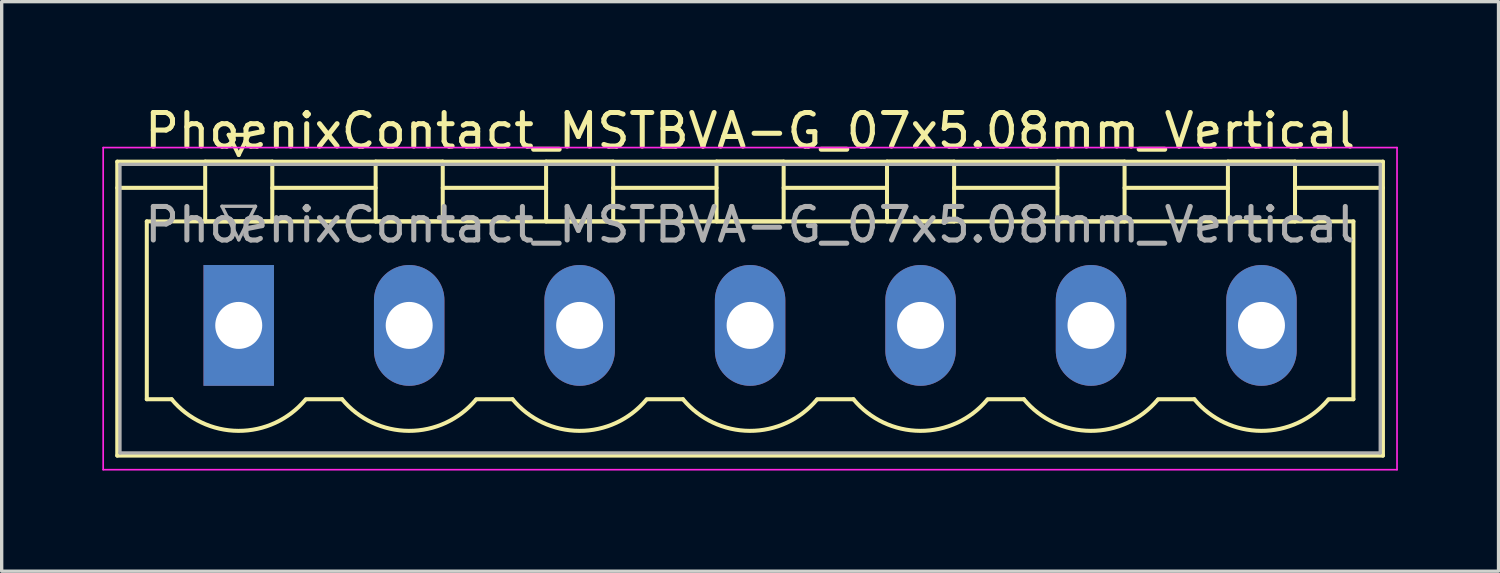
<source format=kicad_pcb>
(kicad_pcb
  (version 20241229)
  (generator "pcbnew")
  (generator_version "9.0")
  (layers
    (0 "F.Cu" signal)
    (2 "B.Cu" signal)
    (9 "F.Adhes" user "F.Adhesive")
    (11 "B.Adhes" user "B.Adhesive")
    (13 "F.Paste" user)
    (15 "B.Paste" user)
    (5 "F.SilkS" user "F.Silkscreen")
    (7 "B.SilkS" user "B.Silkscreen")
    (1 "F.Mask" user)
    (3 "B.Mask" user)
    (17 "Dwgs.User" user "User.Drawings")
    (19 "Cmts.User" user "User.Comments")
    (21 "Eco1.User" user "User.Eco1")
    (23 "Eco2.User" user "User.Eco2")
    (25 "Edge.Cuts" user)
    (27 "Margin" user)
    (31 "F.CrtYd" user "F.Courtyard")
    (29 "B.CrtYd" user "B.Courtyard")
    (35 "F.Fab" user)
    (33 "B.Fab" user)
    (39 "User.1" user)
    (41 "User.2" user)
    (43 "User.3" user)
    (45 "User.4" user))
  (footprint "PhoenixContact_MSTBVA-G_07x5.08mm_Vertical"
    (layer "F.Cu")
    (at 4.065 6.648)
    (property "Reference" "PhoenixContact_MSTBVA-G_07x5.08mm_Vertical" (at 15.24 -5.8 0) (layer "F.SilkS") (effects (font (size 1 1) (thickness 0.15))))
    (attr through_hole)
    (fp_line (start -3.62 -4.88) (end -3.62 3.88) (stroke (width 0.12) (type solid)) (layer "F.SilkS"))
    (fp_line (start -3.62 -4.1) (end -1.08 -4.1) (stroke (width 0.12) (type solid)) (layer "F.SilkS"))
    (fp_line (start -3.62 3.88) (end 34.1 3.88) (stroke (width 0.12) (type solid)) (layer "F.SilkS"))
    (fp_line (start -2.74 -3.1) (end 33.22 -3.1) (stroke (width 0.12) (type solid)) (layer "F.SilkS"))
    (fp_line (start -2.74 2.2) (end -2.74 -3.1) (stroke (width 0.12) (type solid)) (layer "F.SilkS"))
    (fp_line (start -2 2.2) (end -2.74 2.2) (stroke (width 0.12) (type solid)) (layer "F.SilkS"))
    (fp_line (start -1 -4.88) (end 1 -4.88) (stroke (width 0.12) (type solid)) (layer "F.SilkS"))
    (fp_line (start -1 -3.1) (end -1 -4.88) (stroke (width 0.12) (type solid)) (layer "F.SilkS"))
    (fp_line (start -0.3 -5.68) (end 0.3 -5.68) (stroke (width 0.12) (type solid)) (layer "F.SilkS"))
    (fp_line (start 0 -5.08) (end -0.3 -5.68) (stroke (width 0.12) (type solid)) (layer "F.SilkS"))
    (fp_line (start 0.3 -5.68) (end 0 -5.08) (stroke (width 0.12) (type solid)) (layer "F.SilkS"))
    (fp_line (start 1 -4.88) (end 1 -3.1) (stroke (width 0.12) (type solid)) (layer "F.SilkS"))
    (fp_line (start 1 -4.1) (end 4.08 -4.1) (stroke (width 0.12) (type solid)) (layer "F.SilkS"))
    (fp_line (start 1 -3.1) (end -1 -3.1) (stroke (width 0.12) (type solid)) (layer "F.SilkS"))
    (fp_line (start 2 2.2) (end 3.08 2.2) (stroke (width 0.12) (type solid)) (layer "F.SilkS"))
    (fp_line (start 4.08 -4.88) (end 6.08 -4.88) (stroke (width 0.12) (type solid)) (layer "F.SilkS"))
    (fp_line (start 4.08 -3.1) (end 4.08 -4.88) (stroke (width 0.12) (type solid)) (layer "F.SilkS"))
    (fp_line (start 6.08 -4.88) (end 6.08 -3.1) (stroke (width 0.12) (type solid)) (layer "F.SilkS"))
    (fp_line (start 6.08 -4.1) (end 9.16 -4.1) (stroke (width 0.12) (type solid)) (layer "F.SilkS"))
    (fp_line (start 6.08 -3.1) (end 4.08 -3.1) (stroke (width 0.12) (type solid)) (layer "F.SilkS"))
    (fp_line (start 7.08 2.2) (end 8.16 2.2) (stroke (width 0.12) (type solid)) (layer "F.SilkS"))
    (fp_line (start 9.16 -4.88) (end 11.16 -4.88) (stroke (width 0.12) (type solid)) (layer "F.SilkS"))
    (fp_line (start 9.16 -3.1) (end 9.16 -4.88) (stroke (width 0.12) (type solid)) (layer "F.SilkS"))
    (fp_line (start 11.16 -4.88) (end 11.16 -3.1) (stroke (width 0.12) (type solid)) (layer "F.SilkS"))
    (fp_line (start 11.16 -4.1) (end 14.24 -4.1) (stroke (width 0.12) (type solid)) (layer "F.SilkS"))
    (fp_line (start 11.16 -3.1) (end 9.16 -3.1) (stroke (width 0.12) (type solid)) (layer "F.SilkS"))
    (fp_line (start 12.16 2.2) (end 13.24 2.2) (stroke (width 0.12) (type solid)) (layer "F.SilkS"))
    (fp_line (start 14.24 -4.88) (end 16.24 -4.88) (stroke (width 0.12) (type solid)) (layer "F.SilkS"))
    (fp_line (start 14.24 -3.1) (end 14.24 -4.88) (stroke (width 0.12) (type solid)) (layer "F.SilkS"))
    (fp_line (start 16.24 -4.88) (end 16.24 -3.1) (stroke (width 0.12) (type solid)) (layer "F.SilkS"))
    (fp_line (start 16.24 -4.1) (end 19.32 -4.1) (stroke (width 0.12) (type solid)) (layer "F.SilkS"))
    (fp_line (start 16.24 -3.1) (end 14.24 -3.1) (stroke (width 0.12) (type solid)) (layer "F.SilkS"))
    (fp_line (start 17.24 2.2) (end 18.32 2.2) (stroke (width 0.12) (type solid)) (layer "F.SilkS"))
    (fp_line (start 19.32 -4.88) (end 21.32 -4.88) (stroke (width 0.12) (type solid)) (layer "F.SilkS"))
    (fp_line (start 19.32 -3.1) (end 19.32 -4.88) (stroke (width 0.12) (type solid)) (layer "F.SilkS"))
    (fp_line (start 21.32 -4.88) (end 21.32 -3.1) (stroke (width 0.12) (type solid)) (layer "F.SilkS"))
    (fp_line (start 21.32 -4.1) (end 24.4 -4.1) (stroke (width 0.12) (type solid)) (layer "F.SilkS"))
    (fp_line (start 21.32 -3.1) (end 19.32 -3.1) (stroke (width 0.12) (type solid)) (layer "F.SilkS"))
    (fp_line (start 22.32 2.2) (end 23.4 2.2) (stroke (width 0.12) (type solid)) (layer "F.SilkS"))
    (fp_line (start 24.4 -4.88) (end 26.4 -4.88) (stroke (width 0.12) (type solid)) (layer "F.SilkS"))
    (fp_line (start 24.4 -3.1) (end 24.4 -4.88) (stroke (width 0.12) (type solid)) (layer "F.SilkS"))
    (fp_line (start 26.4 -4.88) (end 26.4 -3.1) (stroke (width 0.12) (type solid)) (layer "F.SilkS"))
    (fp_line (start 26.4 -4.1) (end 29.48 -4.1) (stroke (width 0.12) (type solid)) (layer "F.SilkS"))
    (fp_line (start 26.4 -3.1) (end 24.4 -3.1) (stroke (width 0.12) (type solid)) (layer "F.SilkS"))
    (fp_line (start 27.4 2.2) (end 28.48 2.2) (stroke (width 0.12) (type solid)) (layer "F.SilkS"))
    (fp_line (start 29.48 -4.88) (end 31.48 -4.88) (stroke (width 0.12) (type solid)) (layer "F.SilkS"))
    (fp_line (start 29.48 -3.1) (end 29.48 -4.88) (stroke (width 0.12) (type solid)) (layer "F.SilkS"))
    (fp_line (start 31.48 -4.88) (end 31.48 -3.1) (stroke (width 0.12) (type solid)) (layer "F.SilkS"))
    (fp_line (start 31.48 -3.1) (end 29.48 -3.1) (stroke (width 0.12) (type solid)) (layer "F.SilkS"))
    (fp_line (start 33.22 -3.1) (end 33.22 2.2) (stroke (width 0.12) (type solid)) (layer "F.SilkS"))
    (fp_line (start 33.22 2.2) (end 32.48 2.2) (stroke (width 0.12) (type solid)) (layer "F.SilkS"))
    (fp_line (start 34.1 -4.88) (end -3.62 -4.88) (stroke (width 0.12) (type solid)) (layer "F.SilkS"))
    (fp_line (start 34.1 -4.1) (end 31.56 -4.1) (stroke (width 0.12) (type solid)) (layer "F.SilkS"))
    (fp_line (start 34.1 3.88) (end 34.1 -4.88) (stroke (width 0.12) (type solid)) (layer "F.SilkS"))
    (fp_arc (start 1.986842 2.215821) (mid -0.010289 3.142758) (end -2 2.2) (stroke (width 0.12) (type solid)) (layer "F.SilkS"))
    (fp_arc (start 7.066842 2.215821) (mid 5.069711 3.142758) (end 3.08 2.2) (stroke (width 0.12) (type solid)) (layer "F.SilkS"))
    (fp_arc (start 12.146842 2.215821) (mid 10.149711 3.142758) (end 8.16 2.2) (stroke (width 0.12) (type solid)) (layer "F.SilkS"))
    (fp_arc (start 17.226842 2.215821) (mid 15.229711 3.142758) (end 13.24 2.2) (stroke (width 0.12) (type solid)) (layer "F.SilkS"))
    (fp_arc (start 22.306842 2.215821) (mid 20.309711 3.142758) (end 18.32 2.2) (stroke (width 0.12) (type solid)) (layer "F.SilkS"))
    (fp_arc (start 27.386842 2.215821) (mid 25.389711 3.142758) (end 23.4 2.2) (stroke (width 0.12) (type solid)) (layer "F.SilkS"))
    (fp_arc (start 32.466842 2.215821) (mid 30.469711 3.142758) (end 28.48 2.2) (stroke (width 0.12) (type solid)) (layer "F.SilkS"))
    (fp_line (start -4.04 -5.3) (end -4.04 4.3) (stroke (width 0.05) (type solid)) (layer "F.CrtYd"))
    (fp_line (start -4.04 4.3) (end 34.52 4.3) (stroke (width 0.05) (type solid)) (layer "F.CrtYd"))
    (fp_line (start 34.52 -5.3) (end -4.04 -5.3) (stroke (width 0.05) (type solid)) (layer "F.CrtYd"))
    (fp_line (start 34.52 4.3) (end 34.52 -5.3) (stroke (width 0.05) (type solid)) (layer "F.CrtYd"))
    (fp_line (start -3.54 -4.8) (end -3.54 3.8) (stroke (width 0.1) (type solid)) (layer "F.Fab"))
    (fp_line (start -3.54 3.8) (end 34.02 3.8) (stroke (width 0.1) (type solid)) (layer "F.Fab"))
    (fp_line (start -0.5 -3.55) (end 0.5 -3.55) (stroke (width 0.1) (type solid)) (layer "F.Fab"))
    (fp_line (start 0 -2.55) (end -0.5 -3.55) (stroke (width 0.1) (type solid)) (layer "F.Fab"))
    (fp_line (start 0.5 -3.55) (end 0 -2.55) (stroke (width 0.1) (type solid)) (layer "F.Fab"))
    (fp_line (start 34.02 -4.8) (end -3.54 -4.8) (stroke (width 0.1) (type solid)) (layer "F.Fab"))
    (fp_line (start 34.02 3.8) (end 34.02 -4.8) (stroke (width 0.1) (type solid)) (layer "F.Fab"))
    (fp_text user "${REFERENCE}" (at 15.24 -3 0) (layer "F.Fab") (effects (font (size 1 1) (thickness 0.15))))
    (pad "1" thru_hole rect (at 0 0) (size 2.1 3.6) (drill 1.4) (layers "*.Cu" "*.Mask"))
    (pad "2" thru_hole oval (at 5.08 0) (size 2.1 3.6) (drill 1.4) (layers "*.Cu" "*.Mask"))
    (pad "3" thru_hole oval (at 10.16 0) (size 2.1 3.6) (drill 1.4) (layers "*.Cu" "*.Mask"))
    (pad "4" thru_hole oval (at 15.24 0) (size 2.1 3.6) (drill 1.4) (layers "*.Cu" "*.Mask"))
    (pad "5" thru_hole oval (at 20.32 0) (size 2.1 3.6) (drill 1.4) (layers "*.Cu" "*.Mask"))
    (pad "6" thru_hole oval (at 25.4 0) (size 2.1 3.6) (drill 1.4) (layers "*.Cu" "*.Mask"))
    (pad "7" thru_hole oval (at 30.48 0) (size 2.1 3.6) (drill 1.4) (layers "*.Cu" "*.Mask")))
  (gr_rect
    (start -3 -3)
    (end 41.61 13.973)
    (stroke (width 0.1) (type default))
    (fill no)
    (layer "Edge.Cuts")))
</source>
